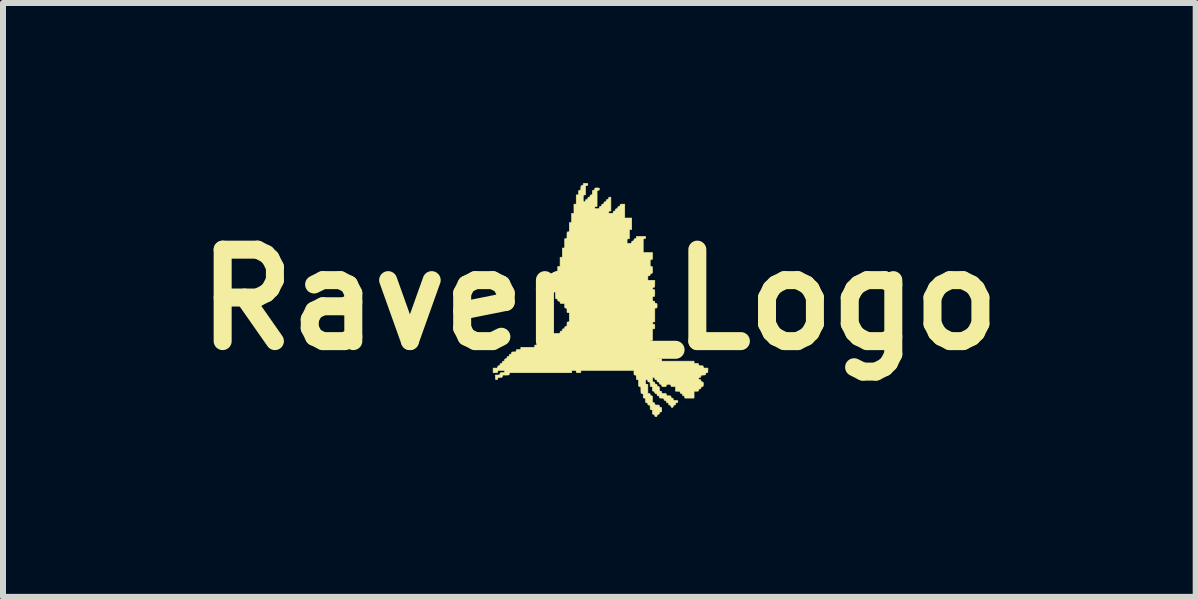
<source format=kicad_pcb>
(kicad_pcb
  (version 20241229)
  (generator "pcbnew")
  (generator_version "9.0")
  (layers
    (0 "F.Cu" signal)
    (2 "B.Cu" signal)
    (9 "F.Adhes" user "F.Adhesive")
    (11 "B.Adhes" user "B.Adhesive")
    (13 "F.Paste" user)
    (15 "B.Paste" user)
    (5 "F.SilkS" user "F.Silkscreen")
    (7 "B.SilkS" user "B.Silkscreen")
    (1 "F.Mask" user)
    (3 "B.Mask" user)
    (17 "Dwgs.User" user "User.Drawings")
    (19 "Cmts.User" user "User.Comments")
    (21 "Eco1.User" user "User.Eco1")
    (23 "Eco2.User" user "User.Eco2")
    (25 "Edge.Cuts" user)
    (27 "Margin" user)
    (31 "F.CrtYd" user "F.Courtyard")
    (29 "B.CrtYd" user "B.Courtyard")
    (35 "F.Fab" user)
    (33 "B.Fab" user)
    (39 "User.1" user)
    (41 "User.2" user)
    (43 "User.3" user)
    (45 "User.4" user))
  (footprint "Raven_Logo"
    (layer "F.Cu")
    (at 6.938 1.945)
    (property "Reference" "Raven_Logo" (at 0 0 0) (layer "F.SilkS") (effects (font (size 1.524 1.524) (thickness 0.3))))
    (attr through_hole)
    (fp_poly (pts (xy -0.208 -1.939) (xy -0.197 -1.936) (xy -0.193 -1.928) (xy -0.192 -1.92) (xy -0.196 -1.906) (xy -0.208 -1.901) (xy -0.212 -1.901) (xy -0.231 -1.901) (xy -0.231 -1.747) (xy -0.25 -1.747) (xy -0.26 -1.746) (xy -0.266 -1.742) (xy -0.268 -1.731) (xy -0.269 -1.71) (xy -0.269 -1.689) (xy -0.269 -1.66) (xy -0.268 -1.643) (xy -0.264 -1.635) (xy -0.257 -1.632) (xy -0.25 -1.632) (xy -0.236 -1.635) (xy -0.231 -1.647) (xy -0.231 -1.651) (xy -0.228 -1.666) (xy -0.215 -1.67) (xy -0.212 -1.67) (xy -0.197 -1.673) (xy -0.193 -1.686) (xy -0.192 -1.689) (xy -0.189 -1.704) (xy -0.177 -1.709) (xy -0.173 -1.709) (xy -0.159 -1.712) (xy -0.154 -1.724) (xy -0.154 -1.728) (xy -0.151 -1.743) (xy -0.138 -1.747) (xy -0.135 -1.747) (xy -0.123 -1.748) (xy -0.118 -1.755) (xy -0.116 -1.77) (xy -0.115 -1.786) (xy -0.115 -1.809) (xy -0.112 -1.82) (xy -0.104 -1.824) (xy -0.096 -1.824) (xy -0.082 -1.827) (xy -0.077 -1.84) (xy -0.077 -1.843) (xy -0.076 -1.855) (xy -0.069 -1.861) (xy -0.054 -1.862) (xy -0.038 -1.863) (xy -0.016 -1.862) (xy -0.004 -1.859) (xy -0.000365 -1.851) (xy 0 -1.843) (xy -0.003 -1.829) (xy -0.016 -1.824) (xy -0.019 -1.824) (xy -0.038 -1.824) (xy -0.038 -1.555) (xy -0.058 -1.555) (xy -0.072 -1.552) (xy -0.077 -1.539) (xy -0.077 -1.536) (xy -0.076 -1.524) (xy -0.069 -1.518) (xy -0.054 -1.516) (xy -0.038 -1.516) (xy -0.016 -1.517) (xy -0.004 -1.52) (xy -0.000365 -1.528) (xy 0 -1.536) (xy 0.003 -1.55) (xy 0.016 -1.555) (xy 0.019 -1.555) (xy 0.034 -1.558) (xy 0.038 -1.57) (xy 0.038 -1.574) (xy 0.042 -1.589) (xy 0.054 -1.593) (xy 0.058 -1.593) (xy 0.072 -1.596) (xy 0.077 -1.609) (xy 0.077 -1.613) (xy 0.08 -1.627) (xy 0.093 -1.632) (xy 0.096 -1.632) (xy 0.111 -1.635) (xy 0.115 -1.647) (xy 0.115 -1.651) (xy 0.119 -1.666) (xy 0.131 -1.67) (xy 0.135 -1.67) (xy 0.149 -1.673) (xy 0.154 -1.686) (xy 0.154 -1.689) (xy 0.157 -1.704) (xy 0.17 -1.709) (xy 0.173 -1.709) (xy 0.192 -1.709) (xy 0.192 -1.478) (xy 0.173 -1.478) (xy 0.159 -1.475) (xy 0.154 -1.462) (xy 0.154 -1.459) (xy 0.155 -1.447) (xy 0.162 -1.441) (xy 0.177 -1.44) (xy 0.192 -1.439) (xy 0.215 -1.44) (xy 0.227 -1.443) (xy 0.231 -1.451) (xy 0.231 -1.459) (xy 0.234 -1.473) (xy 0.247 -1.478) (xy 0.25 -1.478) (xy 0.265 -1.481) (xy 0.269 -1.494) (xy 0.269 -1.497) (xy 0.273 -1.512) (xy 0.285 -1.516) (xy 0.289 -1.516) (xy 0.303 -1.519) (xy 0.308 -1.532) (xy 0.308 -1.536) (xy 0.311 -1.55) (xy 0.324 -1.555) (xy 0.327 -1.555) (xy 0.342 -1.558) (xy 0.346 -1.57) (xy 0.346 -1.574) (xy 0.348 -1.585) (xy 0.354 -1.591) (xy 0.369 -1.593) (xy 0.385 -1.593) (xy 0.423 -1.593) (xy 0.423 -1.362) (xy 0.539 -1.362) (xy 0.539 -1.17) (xy 0.5 -1.17) (xy 0.5 -1.016) (xy 0.481 -1.016) (xy 0.47 -1.015) (xy 0.464 -1.008) (xy 0.462 -0.993) (xy 0.462 -0.978) (xy 0.462 -0.939) (xy 0.5 -0.939) (xy 0.523 -0.94) (xy 0.535 -0.943) (xy 0.538 -0.951) (xy 0.539 -0.958) (xy 0.542 -0.973) (xy 0.554 -0.977) (xy 0.558 -0.978) (xy 0.573 -0.981) (xy 0.577 -0.993) (xy 0.577 -0.997) (xy 0.58 -1.011) (xy 0.593 -1.016) (xy 0.597 -1.016) (xy 0.611 -1.019) (xy 0.616 -1.032) (xy 0.616 -1.035) (xy 0.616 -1.054) (xy 0.77 -1.054) (xy 0.77 -1.035) (xy 0.767 -1.021) (xy 0.754 -1.016) (xy 0.75 -1.016) (xy 0.731 -1.016) (xy 0.731 -0.785) (xy 0.885 -0.785) (xy 0.885 -0.727) (xy 0.885 -0.698) (xy 0.883 -0.681) (xy 0.88 -0.672) (xy 0.873 -0.67) (xy 0.866 -0.67) (xy 0.856 -0.669) (xy 0.85 -0.665) (xy 0.848 -0.653) (xy 0.847 -0.632) (xy 0.847 -0.612) (xy 0.847 -0.583) (xy 0.848 -0.565) (xy 0.852 -0.557) (xy 0.859 -0.554) (xy 0.866 -0.554) (xy 0.876 -0.553) (xy 0.881 -0.549) (xy 0.884 -0.538) (xy 0.885 -0.517) (xy 0.885 -0.496) (xy 0.885 -0.467) (xy 0.883 -0.45) (xy 0.88 -0.442) (xy 0.873 -0.439) (xy 0.866 -0.439) (xy 0.851 -0.436) (xy 0.847 -0.423) (xy 0.847 -0.419) (xy 0.843 -0.405) (xy 0.831 -0.4) (xy 0.827 -0.4) (xy 0.816 -0.399) (xy 0.81 -0.393) (xy 0.808 -0.377) (xy 0.808 -0.362) (xy 0.808 -0.323) (xy 0.924 -0.323) (xy 0.924 -0.266) (xy 0.923 -0.236) (xy 0.922 -0.219) (xy 0.918 -0.211) (xy 0.911 -0.208) (xy 0.904 -0.208) (xy 0.89 -0.205) (xy 0.885 -0.192) (xy 0.885 -0.189) (xy 0.888 -0.174) (xy 0.901 -0.169) (xy 0.904 -0.169) (xy 0.914 -0.169) (xy 0.92 -0.164) (xy 0.923 -0.153) (xy 0.924 -0.132) (xy 0.924 -0.112) (xy 0.923 -0.082) (xy 0.922 -0.065) (xy 0.918 -0.057) (xy 0.911 -0.054) (xy 0.904 -0.054) (xy 0.893 -0.053) (xy 0.887 -0.046) (xy 0.885 -0.031) (xy 0.885 -0.015) (xy 0.886 0.007) (xy 0.889 0.019) (xy 0.897 0.023) (xy 0.904 0.023) (xy 0.919 0.026) (xy 0.924 0.039) (xy 0.924 0.042) (xy 0.927 0.057) (xy 0.939 0.061) (xy 0.943 0.062) (xy 0.954 0.063) (xy 0.96 0.069) (xy 0.962 0.085) (xy 0.962 0.1) (xy 0.961 0.123) (xy 0.958 0.134) (xy 0.951 0.138) (xy 0.943 0.139) (xy 0.924 0.139) (xy 0.924 0.369) (xy 0.904 0.369) (xy 0.89 0.373) (xy 0.885 0.385) (xy 0.885 0.389) (xy 0.888 0.403) (xy 0.901 0.408) (xy 0.904 0.408) (xy 0.916 0.409) (xy 0.922 0.416) (xy 0.923 0.431) (xy 0.924 0.446) (xy 0.923 0.469) (xy 0.92 0.481) (xy 0.912 0.485) (xy 0.904 0.485) (xy 0.885 0.485) (xy 0.885 0.677) (xy 0.866 0.677) (xy 0.851 0.681) (xy 0.847 0.693) (xy 0.847 0.697) (xy 0.843 0.711) (xy 0.831 0.716) (xy 0.827 0.716) (xy 0.813 0.719) (xy 0.808 0.732) (xy 0.808 0.735) (xy 0.808 0.754) (xy 0.577 0.754) (xy 0.577 0.774) (xy 0.579 0.785) (xy 0.585 0.791) (xy 0.6 0.793) (xy 0.616 0.793) (xy 0.639 0.793) (xy 0.65 0.797) (xy 0.654 0.804) (xy 0.654 0.812) (xy 0.655 0.823) (xy 0.662 0.829) (xy 0.677 0.831) (xy 0.693 0.831) (xy 0.716 0.832) (xy 0.727 0.835) (xy 0.731 0.843) (xy 0.731 0.851) (xy 0.732 0.862) (xy 0.739 0.868) (xy 0.754 0.87) (xy 0.77 0.87) (xy 0.793 0.87) (xy 0.804 0.874) (xy 0.808 0.881) (xy 0.808 0.889) (xy 0.809 0.9) (xy 0.816 0.906) (xy 0.831 0.908) (xy 0.847 0.908) (xy 0.87 0.909) (xy 0.881 0.912) (xy 0.885 0.92) (xy 0.885 0.927) (xy 0.886 0.939) (xy 0.893 0.945) (xy 0.908 0.947) (xy 0.924 0.947) (xy 0.946 0.947) (xy 0.958 0.951) (xy 0.962 0.958) (xy 0.962 0.966) (xy 0.963 0.977) (xy 0.97 0.983) (xy 0.985 0.985) (xy 1.001 0.985) (xy 1.023 0.986) (xy 1.035 0.989) (xy 1.039 0.997) (xy 1.039 1.004) (xy 1.039 1.024) (xy 1.578 1.024) (xy 1.578 1.043) (xy 1.579 1.054) (xy 1.585 1.06) (xy 1.601 1.062) (xy 1.616 1.062) (xy 1.639 1.063) (xy 1.651 1.066) (xy 1.654 1.074) (xy 1.655 1.081) (xy 1.656 1.093) (xy 1.662 1.099) (xy 1.678 1.1) (xy 1.693 1.101) (xy 1.716 1.101) (xy 1.728 1.104) (xy 1.731 1.112) (xy 1.732 1.12) (xy 1.733 1.131) (xy 1.739 1.137) (xy 1.755 1.139) (xy 1.77 1.139) (xy 1.809 1.139) (xy 1.809 1.178) (xy 1.808 1.2) (xy 1.805 1.212) (xy 1.797 1.216) (xy 1.79 1.216) (xy 1.775 1.219) (xy 1.77 1.232) (xy 1.77 1.235) (xy 1.769 1.247) (xy 1.763 1.252) (xy 1.747 1.254) (xy 1.732 1.255) (xy 1.709 1.255) (xy 1.698 1.258) (xy 1.694 1.266) (xy 1.693 1.274) (xy 1.69 1.288) (xy 1.678 1.293) (xy 1.674 1.293) (xy 1.659 1.296) (xy 1.655 1.309) (xy 1.655 1.312) (xy 1.658 1.327) (xy 1.671 1.331) (xy 1.674 1.332) (xy 1.689 1.335) (xy 1.693 1.347) (xy 1.693 1.351) (xy 1.697 1.365) (xy 1.709 1.37) (xy 1.713 1.37) (xy 1.724 1.371) (xy 1.73 1.378) (xy 1.732 1.393) (xy 1.732 1.409) (xy 1.731 1.431) (xy 1.728 1.443) (xy 1.72 1.447) (xy 1.713 1.447) (xy 1.698 1.45) (xy 1.693 1.463) (xy 1.693 1.466) (xy 1.69 1.481) (xy 1.678 1.485) (xy 1.674 1.486) (xy 1.659 1.489) (xy 1.655 1.501) (xy 1.655 1.505) (xy 1.654 1.516) (xy 1.647 1.522) (xy 1.632 1.524) (xy 1.616 1.524) (xy 1.578 1.524) (xy 1.578 1.639) (xy 1.424 1.639) (xy 1.424 1.62) (xy 1.421 1.606) (xy 1.408 1.601) (xy 1.405 1.601) (xy 1.39 1.598) (xy 1.386 1.585) (xy 1.385 1.582) (xy 1.382 1.567) (xy 1.37 1.563) (xy 1.366 1.562) (xy 1.352 1.559) (xy 1.347 1.547) (xy 1.347 1.543) (xy 1.346 1.532) (xy 1.339 1.526) (xy 1.324 1.524) (xy 1.308 1.524) (xy 1.27 1.524) (xy 1.27 1.447) (xy 1.232 1.447) (xy 1.209 1.446) (xy 1.197 1.443) (xy 1.193 1.436) (xy 1.193 1.428) (xy 1.192 1.416) (xy 1.185 1.411) (xy 1.17 1.409) (xy 1.155 1.409) (xy 1.132 1.409) (xy 1.12 1.412) (xy 1.116 1.42) (xy 1.116 1.428) (xy 1.115 1.439) (xy 1.108 1.445) (xy 1.093 1.447) (xy 1.078 1.447) (xy 1.055 1.446) (xy 1.043 1.443) (xy 1.039 1.436) (xy 1.039 1.428) (xy 1.036 1.413) (xy 1.023 1.409) (xy 1.02 1.409) (xy 1.005 1.405) (xy 1.001 1.393) (xy 1.001 1.389) (xy 0.997 1.375) (xy 0.985 1.37) (xy 0.981 1.37) (xy 0.967 1.367) (xy 0.962 1.354) (xy 0.962 1.351) (xy 0.959 1.336) (xy 0.946 1.332) (xy 0.943 1.332) (xy 0.928 1.328) (xy 0.924 1.316) (xy 0.924 1.312) (xy 0.92 1.298) (xy 0.908 1.293) (xy 0.904 1.293) (xy 0.893 1.294) (xy 0.887 1.301) (xy 0.885 1.316) (xy 0.885 1.332) (xy 0.886 1.354) (xy 0.889 1.366) (xy 0.897 1.37) (xy 0.904 1.37) (xy 0.919 1.373) (xy 0.924 1.386) (xy 0.924 1.389) (xy 0.927 1.404) (xy 0.939 1.408) (xy 0.943 1.409) (xy 0.958 1.412) (xy 0.962 1.424) (xy 0.962 1.428) (xy 0.965 1.442) (xy 0.978 1.447) (xy 0.981 1.447) (xy 0.993 1.448) (xy 0.998 1.455) (xy 1 1.47) (xy 1.001 1.486) (xy 1.001 1.508) (xy 1.004 1.52) (xy 1.012 1.524) (xy 1.02 1.524) (xy 1.034 1.527) (xy 1.039 1.54) (xy 1.039 1.543) (xy 1.04 1.555) (xy 1.047 1.56) (xy 1.062 1.562) (xy 1.078 1.562) (xy 1.1 1.563) (xy 1.112 1.566) (xy 1.116 1.574) (xy 1.116 1.582) (xy 1.117 1.593) (xy 1.124 1.599) (xy 1.139 1.601) (xy 1.155 1.601) (xy 1.177 1.602) (xy 1.189 1.605) (xy 1.193 1.612) (xy 1.193 1.62) (xy 1.196 1.635) (xy 1.209 1.639) (xy 1.212 1.639) (xy 1.227 1.643) (xy 1.231 1.655) (xy 1.232 1.659) (xy 1.233 1.67) (xy 1.239 1.676) (xy 1.255 1.678) (xy 1.27 1.678) (xy 1.293 1.679) (xy 1.304 1.682) (xy 1.308 1.689) (xy 1.308 1.697) (xy 1.305 1.712) (xy 1.293 1.716) (xy 1.289 1.716) (xy 1.275 1.72) (xy 1.27 1.732) (xy 1.27 1.736) (xy 1.267 1.75) (xy 1.254 1.755) (xy 1.251 1.755) (xy 1.236 1.758) (xy 1.232 1.771) (xy 1.232 1.774) (xy 1.228 1.789) (xy 1.216 1.793) (xy 1.212 1.793) (xy 1.198 1.79) (xy 1.193 1.778) (xy 1.193 1.774) (xy 1.19 1.76) (xy 1.177 1.755) (xy 1.174 1.755) (xy 1.159 1.752) (xy 1.155 1.739) (xy 1.155 1.736) (xy 1.151 1.721) (xy 1.139 1.717) (xy 1.135 1.716) (xy 1.121 1.713) (xy 1.116 1.701) (xy 1.116 1.697) (xy 1.113 1.683) (xy 1.1 1.678) (xy 1.097 1.678) (xy 1.082 1.675) (xy 1.078 1.662) (xy 1.078 1.659) (xy 1.076 1.647) (xy 1.07 1.642) (xy 1.055 1.64) (xy 1.039 1.639) (xy 1.016 1.639) (xy 1.005 1.636) (xy 1.001 1.628) (xy 1.001 1.62) (xy 0.997 1.606) (xy 0.985 1.601) (xy 0.981 1.601) (xy 0.967 1.598) (xy 0.962 1.585) (xy 0.962 1.582) (xy 0.959 1.567) (xy 0.946 1.563) (xy 0.943 1.562) (xy 0.928 1.559) (xy 0.924 1.547) (xy 0.924 1.543) (xy 0.92 1.529) (xy 0.908 1.524) (xy 0.904 1.524) (xy 0.893 1.523) (xy 0.887 1.516) (xy 0.885 1.501) (xy 0.885 1.486) (xy 0.885 1.463) (xy 0.881 1.451) (xy 0.874 1.447) (xy 0.866 1.447) (xy 0.854 1.446) (xy 0.849 1.439) (xy 0.847 1.424) (xy 0.847 1.409) (xy 0.846 1.386) (xy 0.843 1.374) (xy 0.835 1.37) (xy 0.827 1.37) (xy 0.813 1.367) (xy 0.808 1.354) (xy 0.808 1.351) (xy 0.805 1.336) (xy 0.792 1.332) (xy 0.789 1.332) (xy 0.778 1.333) (xy 0.772 1.339) (xy 0.77 1.355) (xy 0.77 1.37) (xy 0.77 1.393) (xy 0.774 1.404) (xy 0.781 1.408) (xy 0.789 1.409) (xy 0.808 1.409) (xy 0.808 1.562) (xy 0.827 1.562) (xy 0.842 1.566) (xy 0.847 1.578) (xy 0.847 1.582) (xy 0.85 1.596) (xy 0.862 1.601) (xy 0.866 1.601) (xy 0.876 1.602) (xy 0.881 1.606) (xy 0.884 1.617) (xy 0.885 1.638) (xy 0.885 1.659) (xy 0.885 1.688) (xy 0.887 1.705) (xy 0.891 1.714) (xy 0.898 1.716) (xy 0.904 1.716) (xy 0.919 1.72) (xy 0.924 1.732) (xy 0.924 1.736) (xy 0.925 1.747) (xy 0.931 1.753) (xy 0.947 1.755) (xy 0.962 1.755) (xy 0.985 1.756) (xy 0.996 1.759) (xy 1 1.766) (xy 1.001 1.774) (xy 1.004 1.789) (xy 1.016 1.793) (xy 1.02 1.793) (xy 1.031 1.795) (xy 1.037 1.801) (xy 1.039 1.816) (xy 1.039 1.832) (xy 1.038 1.855) (xy 1.035 1.866) (xy 1.028 1.87) (xy 1.02 1.87) (xy 1.005 1.874) (xy 1.001 1.886) (xy 1.001 1.89) (xy 0.997 1.904) (xy 0.985 1.909) (xy 0.981 1.909) (xy 0.967 1.912) (xy 0.962 1.925) (xy 0.962 1.928) (xy 0.959 1.943) (xy 0.946 1.947) (xy 0.943 1.947) (xy 0.928 1.944) (xy 0.924 1.932) (xy 0.924 1.928) (xy 0.92 1.913) (xy 0.908 1.909) (xy 0.904 1.909) (xy 0.893 1.908) (xy 0.887 1.901) (xy 0.885 1.886) (xy 0.885 1.87) (xy 0.885 1.848) (xy 0.881 1.836) (xy 0.874 1.832) (xy 0.866 1.832) (xy 0.854 1.831) (xy 0.849 1.824) (xy 0.847 1.809) (xy 0.847 1.793) (xy 0.846 1.771) (xy 0.843 1.759) (xy 0.835 1.755) (xy 0.827 1.755) (xy 0.813 1.752) (xy 0.808 1.739) (xy 0.808 1.736) (xy 0.805 1.721) (xy 0.792 1.717) (xy 0.789 1.716) (xy 0.778 1.715) (xy 0.772 1.709) (xy 0.77 1.693) (xy 0.77 1.678) (xy 0.769 1.655) (xy 0.766 1.644) (xy 0.758 1.64) (xy 0.75 1.639) (xy 0.739 1.638) (xy 0.733 1.632) (xy 0.731 1.616) (xy 0.731 1.601) (xy 0.731 1.578) (xy 0.727 1.567) (xy 0.72 1.563) (xy 0.712 1.562) (xy 0.702 1.562) (xy 0.696 1.557) (xy 0.694 1.546) (xy 0.693 1.525) (xy 0.693 1.505) (xy 0.692 1.475) (xy 0.691 1.458) (xy 0.687 1.45) (xy 0.68 1.447) (xy 0.673 1.447) (xy 0.664 1.446) (xy 0.658 1.442) (xy 0.655 1.431) (xy 0.654 1.41) (xy 0.654 1.389) (xy 0.654 1.36) (xy 0.653 1.343) (xy 0.649 1.334) (xy 0.642 1.332) (xy 0.635 1.332) (xy 0.624 1.33) (xy 0.618 1.324) (xy 0.616 1.309) (xy 0.616 1.293) (xy 0.615 1.27) (xy 0.612 1.259) (xy 0.604 1.255) (xy 0.597 1.255) (xy 0.585 1.253) (xy 0.579 1.247) (xy 0.577 1.232) (xy 0.577 1.216) (xy 0.577 1.178) (xy -0.308 1.178) (xy -0.308 1.197) (xy -0.309 1.208) (xy -0.315 1.214) (xy -0.331 1.216) (xy -0.346 1.216) (xy -0.369 1.215) (xy -0.381 1.212) (xy -0.384 1.205) (xy -0.385 1.197) (xy -0.386 1.185) (xy -0.392 1.18) (xy -0.408 1.178) (xy -0.423 1.178) (xy -0.446 1.178) (xy -0.458 1.181) (xy -0.461 1.189) (xy -0.462 1.197) (xy -0.462 1.216) (xy -1.501 1.216) (xy -1.501 1.235) (xy -1.502 1.245) (xy -1.506 1.251) (xy -1.517 1.254) (xy -1.538 1.255) (xy -1.559 1.255) (xy -1.588 1.255) (xy -1.605 1.256) (xy -1.614 1.26) (xy -1.616 1.267) (xy -1.616 1.274) (xy -1.618 1.285) (xy -1.624 1.291) (xy -1.639 1.293) (xy -1.655 1.293) (xy -1.678 1.294) (xy -1.689 1.297) (xy -1.693 1.305) (xy -1.693 1.312) (xy -1.697 1.327) (xy -1.709 1.331) (xy -1.713 1.332) (xy -1.724 1.33) (xy -1.73 1.324) (xy -1.732 1.309) (xy -1.732 1.293) (xy -1.732 1.255) (xy -1.693 1.255) (xy -1.67 1.254) (xy -1.659 1.251) (xy -1.655 1.243) (xy -1.655 1.235) (xy -1.654 1.224) (xy -1.647 1.218) (xy -1.632 1.216) (xy -1.616 1.216) (xy -1.594 1.215) (xy -1.582 1.212) (xy -1.578 1.205) (xy -1.578 1.197) (xy -1.579 1.187) (xy -1.583 1.181) (xy -1.594 1.179) (xy -1.615 1.178) (xy -1.636 1.178) (xy -1.665 1.178) (xy -1.682 1.179) (xy -1.69 1.183) (xy -1.693 1.19) (xy -1.693 1.197) (xy -1.695 1.208) (xy -1.701 1.214) (xy -1.716 1.216) (xy -1.732 1.216) (xy -1.77 1.216) (xy -1.77 1.139) (xy -1.732 1.139) (xy -1.709 1.139) (xy -1.698 1.135) (xy -1.694 1.128) (xy -1.693 1.12) (xy -1.69 1.105) (xy -1.678 1.101) (xy -1.674 1.101) (xy -1.659 1.097) (xy -1.655 1.085) (xy -1.655 1.081) (xy -1.652 1.067) (xy -1.639 1.062) (xy -1.636 1.062) (xy -1.621 1.059) (xy -1.616 1.046) (xy -1.616 1.043) (xy -1.613 1.028) (xy -1.601 1.024) (xy -1.597 1.024) (xy -1.582 1.021) (xy -1.578 1.008) (xy -1.578 1.004) (xy -1.575 0.99) (xy -1.562 0.985) (xy -1.559 0.985) (xy -1.544 0.982) (xy -1.539 0.97) (xy -1.539 0.966) (xy -1.536 0.951) (xy -1.524 0.947) (xy -1.52 0.947) (xy -1.506 0.944) (xy -1.501 0.931) (xy -1.501 0.927) (xy -1.498 0.913) (xy -1.485 0.908) (xy -1.482 0.908) (xy -1.467 0.905) (xy -1.463 0.893) (xy -1.462 0.889) (xy -1.461 0.878) (xy -1.455 0.872) (xy -1.439 0.87) (xy -1.424 0.87) (xy -1.401 0.869) (xy -1.39 0.866) (xy -1.386 0.858) (xy -1.385 0.851) (xy -1.384 0.839) (xy -1.378 0.833) (xy -1.362 0.831) (xy -1.347 0.831) (xy -1.324 0.831) (xy -1.313 0.827) (xy -1.309 0.82) (xy -1.308 0.812) (xy -1.308 0.793) (xy -1.078 0.793) (xy -1.078 0.774) (xy -1.076 0.762) (xy -1.07 0.756) (xy -1.055 0.754) (xy -1.039 0.754) (xy -1.016 0.754) (xy -1.005 0.75) (xy -1.001 0.743) (xy -1.001 0.735) (xy 0.539 0.735) (xy 0.542 0.75) (xy 0.554 0.754) (xy 0.558 0.754) (xy 0.573 0.751) (xy 0.577 0.739) (xy 0.577 0.735) (xy 0.574 0.72) (xy 0.562 0.716) (xy 0.558 0.716) (xy 0.543 0.719) (xy 0.539 0.732) (xy 0.539 0.735) (xy -1.001 0.735) (xy -0.997 0.72) (xy -0.985 0.716) (xy -0.981 0.716) (xy -0.967 0.713) (xy -0.962 0.7) (xy -0.962 0.697) (xy -0.959 0.682) (xy -0.946 0.677) (xy -0.943 0.677) (xy -0.928 0.674) (xy -0.924 0.662) (xy -0.924 0.658) (xy -0.922 0.647) (xy -0.916 0.641) (xy -0.901 0.639) (xy -0.885 0.639) (xy -0.862 0.638) (xy -0.851 0.635) (xy -0.847 0.627) (xy -0.847 0.62) (xy -0.845 0.608) (xy -0.839 0.602) (xy -0.824 0.601) (xy -0.808 0.6) (xy -0.785 0.6) (xy -0.774 0.597) (xy -0.77 0.589) (xy -0.77 0.581) (xy -0.769 0.571) (xy -0.765 0.566) (xy -0.753 0.563) (xy -0.732 0.562) (xy -0.712 0.562) (xy -0.683 0.562) (xy -0.665 0.56) (xy -0.657 0.556) (xy -0.654 0.549) (xy -0.654 0.543) (xy -0.651 0.528) (xy -0.639 0.523) (xy -0.635 0.523) (xy -0.62 0.52) (xy -0.616 0.508) (xy -0.616 0.504) (xy -0.613 0.49) (xy -0.6 0.485) (xy -0.597 0.485) (xy -0.582 0.482) (xy -0.577 0.469) (xy -0.577 0.466) (xy -0.574 0.451) (xy -0.562 0.447) (xy -0.558 0.446) (xy -0.547 0.445) (xy -0.541 0.439) (xy -0.539 0.423) (xy -0.539 0.408) (xy -0.538 0.385) (xy -0.535 0.374) (xy -0.527 0.37) (xy -0.52 0.369) (xy -0.5 0.369) (xy -0.5 0.216) (xy -0.52 0.216) (xy -0.531 0.214) (xy -0.537 0.208) (xy -0.539 0.192) (xy -0.539 0.177) (xy -0.539 0.154) (xy -0.543 0.143) (xy -0.55 0.139) (xy -0.558 0.139) (xy -0.569 0.137) (xy -0.575 0.131) (xy -0.577 0.116) (xy -0.577 0.1) (xy -0.577 0.062) (xy -0.616 0.062) (xy -0.639 0.061) (xy -0.65 0.058) (xy -0.654 0.05) (xy -0.654 0.042) (xy -0.657 0.028) (xy -0.67 0.023) (xy -0.673 0.023) (xy -0.688 0.02) (xy -0.693 0.007) (xy -0.693 0.004) (xy -0.696 -0.011) (xy -0.708 -0.015) (xy -0.712 -0.015) (xy -0.722 -0.016) (xy -0.727 -0.02) (xy -0.73 -0.032) (xy -0.731 -0.053) (xy -0.731 -0.073) (xy -0.731 -0.102) (xy -0.733 -0.12) (xy -0.737 -0.128) (xy -0.744 -0.131) (xy -0.75 -0.131) (xy -0.76 -0.132) (xy -0.766 -0.136) (xy -0.769 -0.147) (xy -0.77 -0.168) (xy -0.77 -0.189) (xy -0.769 -0.218) (xy -0.768 -0.235) (xy -0.764 -0.243) (xy -0.757 -0.246) (xy -0.75 -0.246) (xy -0.731 -0.246) (xy -0.731 -0.4) (xy -0.693 -0.4) (xy -0.693 -0.554) (xy -0.654 -0.554) (xy -0.654 -0.708) (xy -0.616 -0.708) (xy -0.616 -0.862) (xy -0.577 -0.862) (xy -0.577 -1.016) (xy -0.558 -1.016) (xy -0.548 -1.017) (xy -0.543 -1.021) (xy -0.54 -1.032) (xy -0.539 -1.053) (xy -0.539 -1.074) (xy -0.539 -1.103) (xy -0.537 -1.12) (xy -0.533 -1.129) (xy -0.526 -1.131) (xy -0.52 -1.131) (xy -0.5 -1.131) (xy -0.5 -1.285) (xy -0.462 -1.285) (xy -0.462 -1.439) (xy -0.423 -1.439) (xy -0.423 -1.593) (xy -0.385 -1.593) (xy -0.385 -1.747) (xy -0.366 -1.747) (xy -0.354 -1.748) (xy -0.348 -1.755) (xy -0.347 -1.77) (xy -0.346 -1.786) (xy -0.346 -1.809) (xy -0.343 -1.82) (xy -0.335 -1.824) (xy -0.327 -1.824) (xy -0.316 -1.825) (xy -0.31 -1.832) (xy -0.308 -1.847) (xy -0.308 -1.863) (xy -0.307 -1.886) (xy -0.304 -1.897) (xy -0.296 -1.901) (xy -0.289 -1.901) (xy -0.274 -1.904) (xy -0.269 -1.917) (xy -0.269 -1.92) (xy -0.268 -1.932) (xy -0.262 -1.938) (xy -0.246 -1.939) (xy -0.231 -1.94) (xy -0.208 -1.939)) (stroke (width 0.01) (type solid)) (fill yes) (layer "F.SilkS")))
  (gr_rect
    (start -3 -3)
    (end 16.876 6.897)
    (stroke (width 0.1) (type default))
    (fill no)
    (layer "Edge.Cuts")))
</source>
